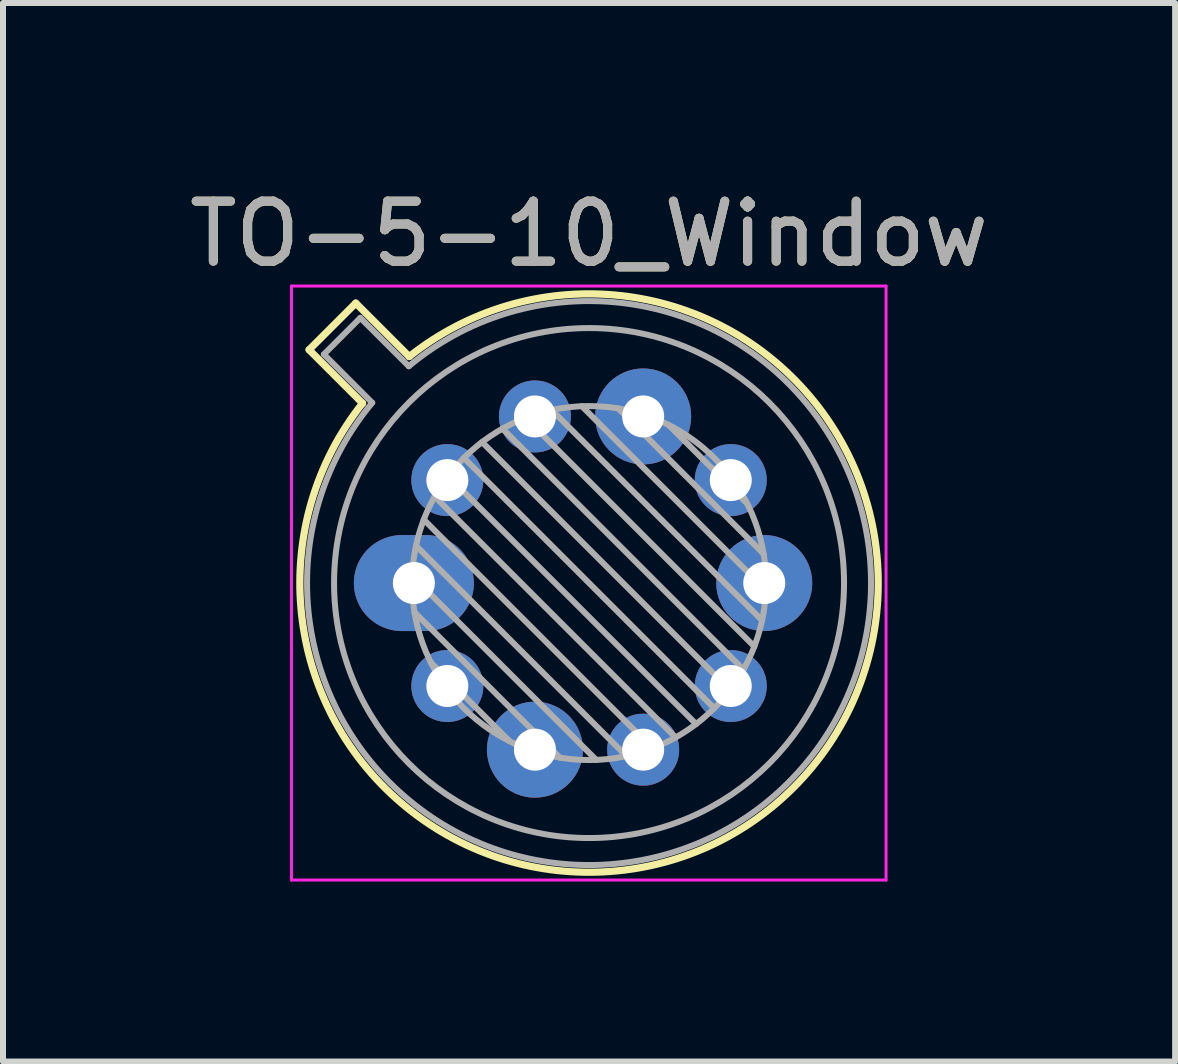
<source format=kicad_pcb>
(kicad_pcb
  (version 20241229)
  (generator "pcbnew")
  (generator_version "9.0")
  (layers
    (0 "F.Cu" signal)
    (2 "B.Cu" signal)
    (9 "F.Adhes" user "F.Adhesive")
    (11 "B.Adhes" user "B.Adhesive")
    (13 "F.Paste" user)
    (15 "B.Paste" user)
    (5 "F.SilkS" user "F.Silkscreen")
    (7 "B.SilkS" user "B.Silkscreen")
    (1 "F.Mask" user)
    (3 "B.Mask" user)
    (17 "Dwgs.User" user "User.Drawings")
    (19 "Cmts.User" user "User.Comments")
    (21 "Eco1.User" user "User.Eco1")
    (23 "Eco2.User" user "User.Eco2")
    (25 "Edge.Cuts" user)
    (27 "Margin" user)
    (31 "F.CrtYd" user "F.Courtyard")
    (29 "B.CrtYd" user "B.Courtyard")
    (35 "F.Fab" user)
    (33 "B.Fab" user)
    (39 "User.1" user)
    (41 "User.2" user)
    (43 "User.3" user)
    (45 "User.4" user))
  (footprint "TO-5-10_Window"
    (layer "F.Cu")
    (at 3.848 6.668)
    (property "Reference" "TO-5-10_Window" (at 2.92 -5.82 0) (layer "F.SilkS") (effects (font (size 1 1) (thickness 0.15))))
    (attr through_hole)
    (fp_line (start -1.746 -3.888) (end -0.855 -2.997) (stroke (width 0.12) (type solid)) (layer "F.SilkS"))
    (fp_line (start -0.968 -4.666) (end -1.746 -3.888) (stroke (width 0.12) (type solid)) (layer "F.SilkS"))
    (fp_line (start -0.077 -3.775) (end -0.968 -4.666) (stroke (width 0.12) (type solid)) (layer "F.SilkS"))
    (fp_arc (start -0.077084 -3.774902) (mid 6.328125 3.408384) (end -0.854674 -2.997371) (stroke (width 0.12) (type solid)) (layer "F.SilkS"))
    (fp_line (start -2.04 -4.95) (end -2.04 4.95) (stroke (width 0.05) (type solid)) (layer "F.CrtYd"))
    (fp_line (start -2.04 4.95) (end 7.87 4.95) (stroke (width 0.05) (type solid)) (layer "F.CrtYd"))
    (fp_line (start 7.87 -4.95) (end -2.04 -4.95) (stroke (width 0.05) (type solid)) (layer "F.CrtYd"))
    (fp_line (start 7.87 4.95) (end 7.87 -4.95) (stroke (width 0.05) (type solid)) (layer "F.CrtYd"))
    (fp_line (start -1.5 -3.812) (end -0.694 -3.005) (stroke (width 0.1) (type solid)) (layer "F.Fab"))
    (fp_line (start -0.892 -4.42) (end -1.5 -3.812) (stroke (width 0.1) (type solid)) (layer "F.Fab"))
    (fp_line (start -0.085 -3.614) (end -0.892 -4.42) (stroke (width 0.1) (type solid)) (layer "F.Fab"))
    (fp_line (start -0.028 -0.12) (end 3.04 2.948) (stroke (width 0.1) (type solid)) (layer "F.Fab"))
    (fp_line (start 0.009 0.485) (end 2.435 2.911) (stroke (width 0.1) (type solid)) (layer "F.Fab"))
    (fp_line (start 0.036 -0.622) (end 3.542 2.884) (stroke (width 0.1) (type solid)) (layer "F.Fab"))
    (fp_line (start 0.165 -1.058) (end 3.978 2.755) (stroke (width 0.1) (type solid)) (layer "F.Fab"))
    (fp_line (start 0.283 1.324) (end 1.596 2.637) (stroke (width 0.1) (type solid)) (layer "F.Fab"))
    (fp_line (start 0.346 -1.443) (end 4.363 2.574) (stroke (width 0.1) (type solid)) (layer "F.Fab"))
    (fp_line (start 0.57 -1.784) (end 4.704 2.35) (stroke (width 0.1) (type solid)) (layer "F.Fab"))
    (fp_line (start 0.834 -2.086) (end 5.006 2.086) (stroke (width 0.1) (type solid)) (layer "F.Fab"))
    (fp_line (start 1.136 -2.35) (end 5.27 1.784) (stroke (width 0.1) (type solid)) (layer "F.Fab"))
    (fp_line (start 1.477 -2.574) (end 5.494 1.443) (stroke (width 0.1) (type solid)) (layer "F.Fab"))
    (fp_line (start 1.862 -2.755) (end 5.675 1.058) (stroke (width 0.1) (type solid)) (layer "F.Fab"))
    (fp_line (start 2.298 -2.884) (end 5.804 0.622) (stroke (width 0.1) (type solid)) (layer "F.Fab"))
    (fp_line (start 2.8 -2.948) (end 5.868 0.12) (stroke (width 0.1) (type solid)) (layer "F.Fab"))
    (fp_line (start 3.405 -2.911) (end 5.831 -0.485) (stroke (width 0.1) (type solid)) (layer "F.Fab"))
    (fp_line (start 4.244 -2.637) (end 5.557 -1.324) (stroke (width 0.1) (type solid)) (layer "F.Fab"))
    (fp_arc (start -0.085408 -3.61352) (mid 6.243443 3.323361) (end -0.693594 -3.005319) (stroke (width 0.1) (type solid)) (layer "F.Fab"))
    (fp_circle (center 2.92 0) (end 5.87 0) (stroke (width 0.1) (type solid)) (fill no) (layer "F.Fab"))
    (fp_circle (center 2.92 0) (end 7.17 0) (stroke (width 0.1) (type solid)) (fill no) (layer "F.Fab"))
    (fp_text user "${REFERENCE}" (at 2.92 -5.82 0) (layer "F.Fab") (effects (font (size 1 1) (thickness 0.15))))
    (pad "1" thru_hole oval (at 0 0) (size 2 1.6) (drill 0.7) (layers "*.Cu" "*.Mask"))
    (pad "2" thru_hole circle (at 2.018 2.777) (size 1.6 1.6) (drill 0.7) (layers "*.Cu" "*.Mask"))
    (pad "3" thru_hole circle (at 5.84 0) (size 1.6 1.6) (drill 0.7) (layers "*.Cu" "*.Mask"))
    (pad "4" thru_hole circle (at 3.822 -2.777) (size 1.6 1.6) (drill 0.7) (layers "*.Cu" "*.Mask"))
    (pad "NC" thru_hole oval (at 0.558 -1.716) (size 1.2 1.2) (drill 0.7) (layers "*.Cu" "*.Mask"))
    (pad "NC" thru_hole oval (at 0.558 1.716) (size 1.2 1.2) (drill 0.7) (layers "*.Cu" "*.Mask"))
    (pad "NC" thru_hole oval (at 2.018 -2.777) (size 1.2 1.2) (drill 0.7) (layers "*.Cu" "*.Mask"))
    (pad "NC" thru_hole oval (at 3.822 2.777) (size 1.2 1.2) (drill 0.7) (layers "*.Cu" "*.Mask"))
    (pad "NC" thru_hole oval (at 5.282 -1.716) (size 1.2 1.2) (drill 0.7) (layers "*.Cu" "*.Mask"))
    (pad "NC" thru_hole oval (at 5.282 1.716) (size 1.2 1.2) (drill 0.7) (layers "*.Cu" "*.Mask")))
  (gr_rect
    (start -3 -3)
    (end 16.536 14.643)
    (stroke (width 0.1) (type default))
    (fill no)
    (layer "Edge.Cuts")))
</source>
